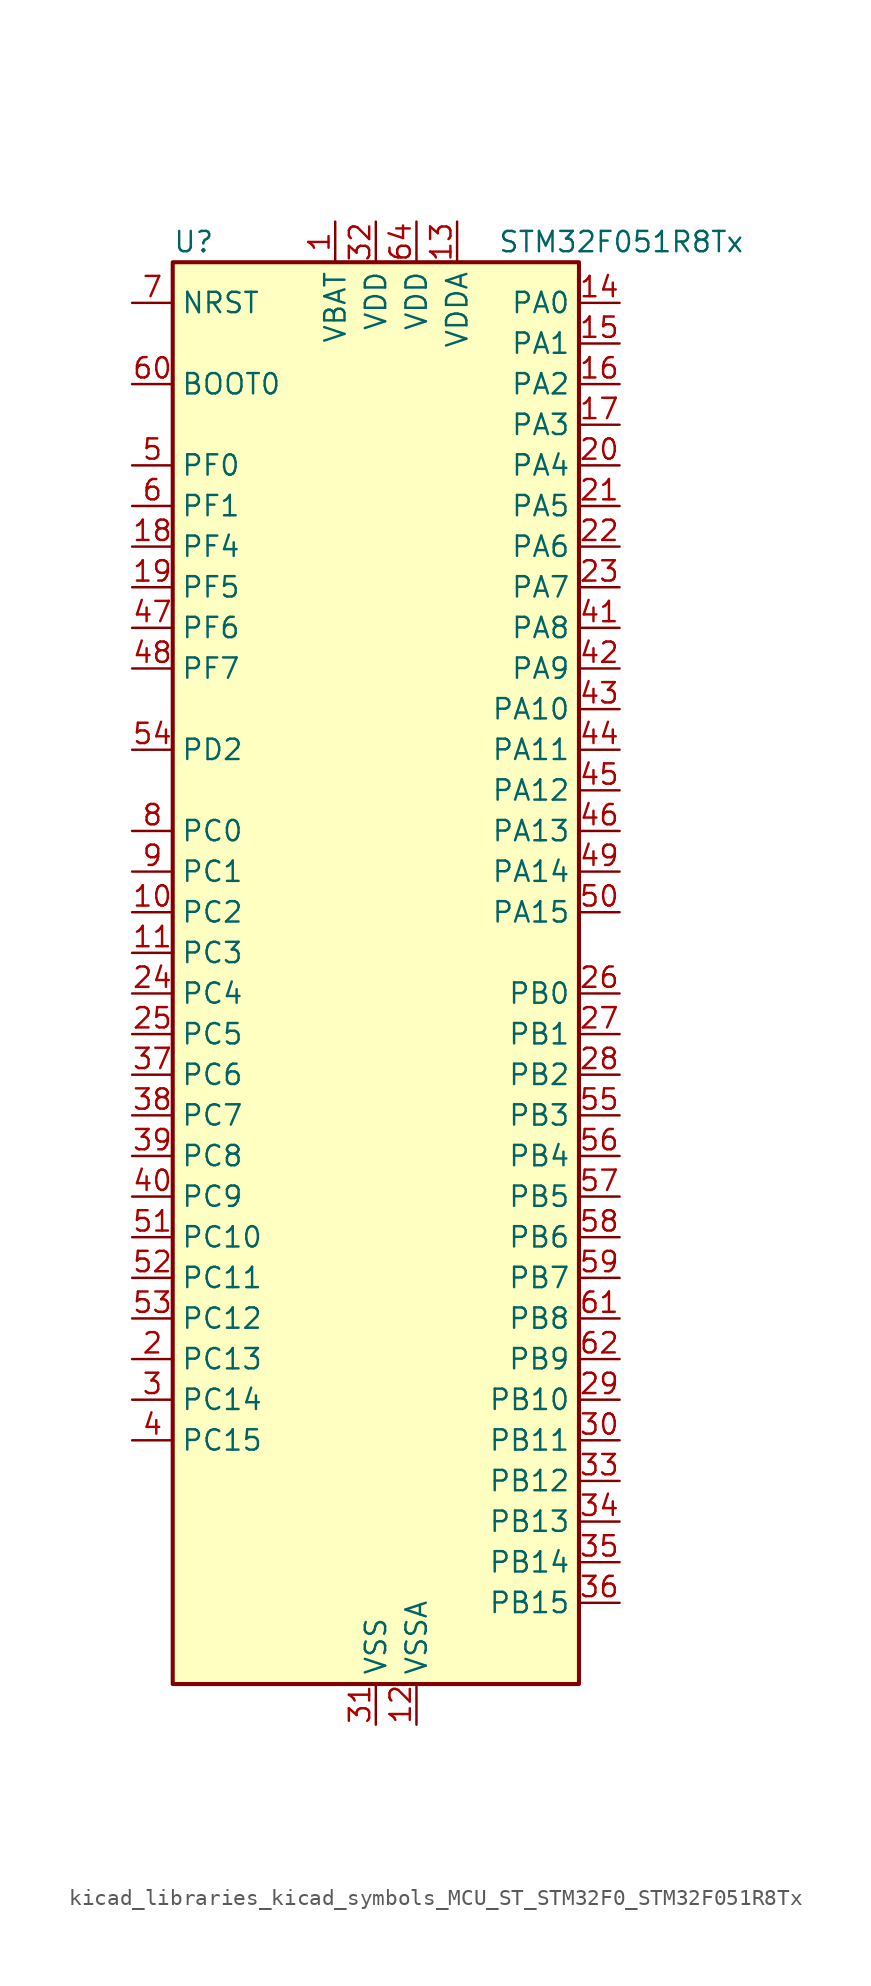
<source format=kicad_sym>
(kicad_symbol_lib
  (version 20220914)
  (generator kicad_symbol_editor)
  (symbol "kicad_libraries_kicad_symbols_MCU_ST_STM32F0_STM32F051R8Tx"
    (property "Reference" "U"
      (at -12.7 46.99 0)
      (effects (font (size 1.27 1.27)) (justify left)))
    (property "Value" "STM32F051R8Tx"
      (at 7.62 46.99 0)
      (effects (font (size 1.27 1.27)) (justify left)))
    (property "ki_locked" ""
      (at 0 0 0)
      (effects (font (size 1.27 1.27))))
    (symbol "kicad_libraries_kicad_symbols_MCU_ST_STM32F0_STM32F051R8Tx_0_1"
      (rectangle (start -12.7 -43.18) (end 12.7 45.72) (stroke (width 0.254) (type default)) (fill (type background))))
    (symbol "kicad_libraries_kicad_symbols_MCU_ST_STM32F0_STM32F051R8Tx_1_1"
      (pin power_in line (at -2.54 48.26 270) (length 2.54) (name "VBAT" (effects (font (size 1.27 1.27)))) (number "1" (effects (font (size 1.27 1.27)))))
      (pin bidirectional line (at -15.24 5.08 0) (length 2.54) (name "PC2" (effects (font (size 1.27 1.27)))) (number "10" (effects (font (size 1.27 1.27)))) (alternate "ADC_IN12" bidirectional line))
      (pin bidirectional line (at -15.24 2.54 0) (length 2.54) (name "PC3" (effects (font (size 1.27 1.27)))) (number "11" (effects (font (size 1.27 1.27)))) (alternate "ADC_IN13" bidirectional line))
      (pin power_in line (at 2.54 -45.72 90) (length 2.54) (name "VSSA" (effects (font (size 1.27 1.27)))) (number "12" (effects (font (size 1.27 1.27)))))
      (pin power_in line (at 5.08 48.26 270) (length 2.54) (name "VDDA" (effects (font (size 1.27 1.27)))) (number "13" (effects (font (size 1.27 1.27)))))
      (pin bidirectional line (at 15.24 43.18 180) (length 2.54) (name "PA0" (effects (font (size 1.27 1.27)))) (number "14" (effects (font (size 1.27 1.27)))) (alternate "ADC_IN0" bidirectional line) (alternate "COMP1_INM" bidirectional line) (alternate "COMP1_OUT" bidirectional line) (alternate "RTC_TAMP2" bidirectional line) (alternate "SYS_WKUP1" bidirectional line) (alternate "TIM2_CH1" bidirectional line) (alternate "TIM2_ETR" bidirectional line) (alternate "TSC_G1_IO1" bidirectional line) (alternate "USART2_CTS" bidirectional line))
      (pin bidirectional line (at 15.24 40.64 180) (length 2.54) (name "PA1" (effects (font (size 1.27 1.27)))) (number "15" (effects (font (size 1.27 1.27)))) (alternate "ADC_IN1" bidirectional line) (alternate "COMP1_INP" bidirectional line) (alternate "TIM2_CH2" bidirectional line) (alternate "TSC_G1_IO2" bidirectional line) (alternate "USART2_DE" bidirectional line) (alternate "USART2_RTS" bidirectional line))
      (pin bidirectional line (at 15.24 38.1 180) (length 2.54) (name "PA2" (effects (font (size 1.27 1.27)))) (number "16" (effects (font (size 1.27 1.27)))) (alternate "ADC_IN2" bidirectional line) (alternate "COMP2_INM" bidirectional line) (alternate "COMP2_OUT" bidirectional line) (alternate "TIM15_CH1" bidirectional line) (alternate "TIM2_CH3" bidirectional line) (alternate "TSC_G1_IO3" bidirectional line) (alternate "USART2_TX" bidirectional line))
      (pin bidirectional line (at 15.24 35.56 180) (length 2.54) (name "PA3" (effects (font (size 1.27 1.27)))) (number "17" (effects (font (size 1.27 1.27)))) (alternate "ADC_IN3" bidirectional line) (alternate "COMP2_INP" bidirectional line) (alternate "TIM15_CH2" bidirectional line) (alternate "TIM2_CH4" bidirectional line) (alternate "TSC_G1_IO4" bidirectional line) (alternate "USART2_RX" bidirectional line))
      (pin bidirectional line (at -15.24 27.94 0) (length 2.54) (name "PF4" (effects (font (size 1.27 1.27)))) (number "18" (effects (font (size 1.27 1.27)))))
      (pin bidirectional line (at -15.24 25.4 0) (length 2.54) (name "PF5" (effects (font (size 1.27 1.27)))) (number "19" (effects (font (size 1.27 1.27)))))
      (pin bidirectional line (at -15.24 -22.86 0) (length 2.54) (name "PC13" (effects (font (size 1.27 1.27)))) (number "2" (effects (font (size 1.27 1.27)))) (alternate "RTC_OUT_ALARM" bidirectional line) (alternate "RTC_OUT_CALIB" bidirectional line) (alternate "RTC_TAMP1" bidirectional line) (alternate "RTC_TS" bidirectional line) (alternate "SYS_WKUP2" bidirectional line))
      (pin bidirectional line (at 15.24 33.02 180) (length 2.54) (name "PA4" (effects (font (size 1.27 1.27)))) (number "20" (effects (font (size 1.27 1.27)))) (alternate "ADC_IN4" bidirectional line) (alternate "COMP1_INM" bidirectional line) (alternate "COMP2_INM" bidirectional line) (alternate "DAC1_OUT1" bidirectional line) (alternate "I2S1_WS" bidirectional line) (alternate "SPI1_NSS" bidirectional line) (alternate "TIM14_CH1" bidirectional line) (alternate "TSC_G2_IO1" bidirectional line) (alternate "USART2_CK" bidirectional line))
      (pin bidirectional line (at 15.24 30.48 180) (length 2.54) (name "PA5" (effects (font (size 1.27 1.27)))) (number "21" (effects (font (size 1.27 1.27)))) (alternate "ADC_IN5" bidirectional line) (alternate "CEC" bidirectional line) (alternate "COMP1_INM" bidirectional line) (alternate "COMP2_INM" bidirectional line) (alternate "I2S1_CK" bidirectional line) (alternate "SPI1_SCK" bidirectional line) (alternate "TIM2_CH1" bidirectional line) (alternate "TIM2_ETR" bidirectional line) (alternate "TSC_G2_IO2" bidirectional line))
      (pin bidirectional line (at 15.24 27.94 180) (length 2.54) (name "PA6" (effects (font (size 1.27 1.27)))) (number "22" (effects (font (size 1.27 1.27)))) (alternate "ADC_IN6" bidirectional line) (alternate "COMP1_OUT" bidirectional line) (alternate "I2S1_MCK" bidirectional line) (alternate "SPI1_MISO" bidirectional line) (alternate "TIM16_CH1" bidirectional line) (alternate "TIM1_BKIN" bidirectional line) (alternate "TIM3_CH1" bidirectional line) (alternate "TSC_G2_IO3" bidirectional line))
      (pin bidirectional line (at 15.24 25.4 180) (length 2.54) (name "PA7" (effects (font (size 1.27 1.27)))) (number "23" (effects (font (size 1.27 1.27)))) (alternate "ADC_IN7" bidirectional line) (alternate "COMP2_OUT" bidirectional line) (alternate "I2S1_SD" bidirectional line) (alternate "SPI1_MOSI" bidirectional line) (alternate "TIM14_CH1" bidirectional line) (alternate "TIM17_CH1" bidirectional line) (alternate "TIM1_CH1N" bidirectional line) (alternate "TIM3_CH2" bidirectional line) (alternate "TSC_G2_IO4" bidirectional line))
      (pin bidirectional line (at -15.24 0 0) (length 2.54) (name "PC4" (effects (font (size 1.27 1.27)))) (number "24" (effects (font (size 1.27 1.27)))) (alternate "ADC_IN14" bidirectional line))
      (pin bidirectional line (at -15.24 -2.54 0) (length 2.54) (name "PC5" (effects (font (size 1.27 1.27)))) (number "25" (effects (font (size 1.27 1.27)))) (alternate "ADC_IN15" bidirectional line) (alternate "TSC_G3_IO1" bidirectional line))
      (pin bidirectional line (at 15.24 0 180) (length 2.54) (name "PB0" (effects (font (size 1.27 1.27)))) (number "26" (effects (font (size 1.27 1.27)))) (alternate "ADC_IN8" bidirectional line) (alternate "TIM1_CH2N" bidirectional line) (alternate "TIM3_CH3" bidirectional line) (alternate "TSC_G3_IO2" bidirectional line))
      (pin bidirectional line (at 15.24 -2.54 180) (length 2.54) (name "PB1" (effects (font (size 1.27 1.27)))) (number "27" (effects (font (size 1.27 1.27)))) (alternate "ADC_IN9" bidirectional line) (alternate "TIM14_CH1" bidirectional line) (alternate "TIM1_CH3N" bidirectional line) (alternate "TIM3_CH4" bidirectional line) (alternate "TSC_G3_IO3" bidirectional line))
      (pin bidirectional line (at 15.24 -5.08 180) (length 2.54) (name "PB2" (effects (font (size 1.27 1.27)))) (number "28" (effects (font (size 1.27 1.27)))) (alternate "TSC_G3_IO4" bidirectional line))
      (pin bidirectional line (at 15.24 -25.4 180) (length 2.54) (name "PB10" (effects (font (size 1.27 1.27)))) (number "29" (effects (font (size 1.27 1.27)))) (alternate "CEC" bidirectional line) (alternate "I2C2_SCL" bidirectional line) (alternate "TIM2_CH3" bidirectional line) (alternate "TSC_SYNC" bidirectional line))
      (pin bidirectional line (at -15.24 -25.4 0) (length 2.54) (name "PC14" (effects (font (size 1.27 1.27)))) (number "3" (effects (font (size 1.27 1.27)))) (alternate "RCC_OSC32_IN" bidirectional line))
      (pin bidirectional line (at 15.24 -27.94 180) (length 2.54) (name "PB11" (effects (font (size 1.27 1.27)))) (number "30" (effects (font (size 1.27 1.27)))) (alternate "I2C2_SDA" bidirectional line) (alternate "TIM2_CH4" bidirectional line) (alternate "TSC_G6_IO1" bidirectional line))
      (pin power_in line (at 0 -45.72 90) (length 2.54) (name "VSS" (effects (font (size 1.27 1.27)))) (number "31" (effects (font (size 1.27 1.27)))))
      (pin power_in line (at 0 48.26 270) (length 2.54) (name "VDD" (effects (font (size 1.27 1.27)))) (number "32" (effects (font (size 1.27 1.27)))))
      (pin bidirectional line (at 15.24 -30.48 180) (length 2.54) (name "PB12" (effects (font (size 1.27 1.27)))) (number "33" (effects (font (size 1.27 1.27)))) (alternate "SPI2_NSS" bidirectional line) (alternate "TIM1_BKIN" bidirectional line) (alternate "TSC_G6_IO2" bidirectional line))
      (pin bidirectional line (at 15.24 -33.02 180) (length 2.54) (name "PB13" (effects (font (size 1.27 1.27)))) (number "34" (effects (font (size 1.27 1.27)))) (alternate "SPI2_SCK" bidirectional line) (alternate "TIM1_CH1N" bidirectional line) (alternate "TSC_G6_IO3" bidirectional line))
      (pin bidirectional line (at 15.24 -35.56 180) (length 2.54) (name "PB14" (effects (font (size 1.27 1.27)))) (number "35" (effects (font (size 1.27 1.27)))) (alternate "SPI2_MISO" bidirectional line) (alternate "TIM15_CH1" bidirectional line) (alternate "TIM1_CH2N" bidirectional line) (alternate "TSC_G6_IO4" bidirectional line))
      (pin bidirectional line (at 15.24 -38.1 180) (length 2.54) (name "PB15" (effects (font (size 1.27 1.27)))) (number "36" (effects (font (size 1.27 1.27)))) (alternate "RTC_REFIN" bidirectional line) (alternate "SPI2_MOSI" bidirectional line) (alternate "TIM15_CH1N" bidirectional line) (alternate "TIM15_CH2" bidirectional line) (alternate "TIM1_CH3N" bidirectional line))
      (pin bidirectional line (at -15.24 -5.08 0) (length 2.54) (name "PC6" (effects (font (size 1.27 1.27)))) (number "37" (effects (font (size 1.27 1.27)))) (alternate "TIM3_CH1" bidirectional line))
      (pin bidirectional line (at -15.24 -7.62 0) (length 2.54) (name "PC7" (effects (font (size 1.27 1.27)))) (number "38" (effects (font (size 1.27 1.27)))) (alternate "TIM3_CH2" bidirectional line))
      (pin bidirectional line (at -15.24 -10.16 0) (length 2.54) (name "PC8" (effects (font (size 1.27 1.27)))) (number "39" (effects (font (size 1.27 1.27)))) (alternate "TIM3_CH3" bidirectional line))
      (pin bidirectional line (at -15.24 -27.94 0) (length 2.54) (name "PC15" (effects (font (size 1.27 1.27)))) (number "4" (effects (font (size 1.27 1.27)))) (alternate "RCC_OSC32_OUT" bidirectional line))
      (pin bidirectional line (at -15.24 -12.7 0) (length 2.54) (name "PC9" (effects (font (size 1.27 1.27)))) (number "40" (effects (font (size 1.27 1.27)))) (alternate "DAC1_EXTI9" bidirectional line) (alternate "TIM3_CH4" bidirectional line))
      (pin bidirectional line (at 15.24 22.86 180) (length 2.54) (name "PA8" (effects (font (size 1.27 1.27)))) (number "41" (effects (font (size 1.27 1.27)))) (alternate "RCC_MCO" bidirectional line) (alternate "TIM1_CH1" bidirectional line) (alternate "USART1_CK" bidirectional line))
      (pin bidirectional line (at 15.24 20.32 180) (length 2.54) (name "PA9" (effects (font (size 1.27 1.27)))) (number "42" (effects (font (size 1.27 1.27)))) (alternate "DAC1_EXTI9" bidirectional line) (alternate "TIM15_BKIN" bidirectional line) (alternate "TIM1_CH2" bidirectional line) (alternate "TSC_G4_IO1" bidirectional line) (alternate "USART1_TX" bidirectional line))
      (pin bidirectional line (at 15.24 17.78 180) (length 2.54) (name "PA10" (effects (font (size 1.27 1.27)))) (number "43" (effects (font (size 1.27 1.27)))) (alternate "TIM17_BKIN" bidirectional line) (alternate "TIM1_CH3" bidirectional line) (alternate "TSC_G4_IO2" bidirectional line) (alternate "USART1_RX" bidirectional line))
      (pin bidirectional line (at 15.24 15.24 180) (length 2.54) (name "PA11" (effects (font (size 1.27 1.27)))) (number "44" (effects (font (size 1.27 1.27)))) (alternate "COMP1_OUT" bidirectional line) (alternate "TIM1_CH4" bidirectional line) (alternate "TSC_G4_IO3" bidirectional line) (alternate "USART1_CTS" bidirectional line))
      (pin bidirectional line (at 15.24 12.7 180) (length 2.54) (name "PA12" (effects (font (size 1.27 1.27)))) (number "45" (effects (font (size 1.27 1.27)))) (alternate "COMP2_OUT" bidirectional line) (alternate "TIM1_ETR" bidirectional line) (alternate "TSC_G4_IO4" bidirectional line) (alternate "USART1_DE" bidirectional line) (alternate "USART1_RTS" bidirectional line))
      (pin bidirectional line (at 15.24 10.16 180) (length 2.54) (name "PA13" (effects (font (size 1.27 1.27)))) (number "46" (effects (font (size 1.27 1.27)))) (alternate "IR_OUT" bidirectional line) (alternate "SYS_SWDIO" bidirectional line))
      (pin bidirectional line (at -15.24 22.86 0) (length 2.54) (name "PF6" (effects (font (size 1.27 1.27)))) (number "47" (effects (font (size 1.27 1.27)))) (alternate "I2C2_SCL" bidirectional line))
      (pin bidirectional line (at -15.24 20.32 0) (length 2.54) (name "PF7" (effects (font (size 1.27 1.27)))) (number "48" (effects (font (size 1.27 1.27)))) (alternate "I2C2_SDA" bidirectional line))
      (pin bidirectional line (at 15.24 7.62 180) (length 2.54) (name "PA14" (effects (font (size 1.27 1.27)))) (number "49" (effects (font (size 1.27 1.27)))) (alternate "SYS_SWCLK" bidirectional line) (alternate "USART2_TX" bidirectional line))
      (pin bidirectional line (at -15.24 33.02 0) (length 2.54) (name "PF0" (effects (font (size 1.27 1.27)))) (number "5" (effects (font (size 1.27 1.27)))) (alternate "RCC_OSC_IN" bidirectional line))
      (pin bidirectional line (at 15.24 5.08 180) (length 2.54) (name "PA15" (effects (font (size 1.27 1.27)))) (number "50" (effects (font (size 1.27 1.27)))) (alternate "I2S1_WS" bidirectional line) (alternate "SPI1_NSS" bidirectional line) (alternate "TIM2_CH1" bidirectional line) (alternate "TIM2_ETR" bidirectional line) (alternate "USART2_RX" bidirectional line))
      (pin bidirectional line (at -15.24 -15.24 0) (length 2.54) (name "PC10" (effects (font (size 1.27 1.27)))) (number "51" (effects (font (size 1.27 1.27)))))
      (pin bidirectional line (at -15.24 -17.78 0) (length 2.54) (name "PC11" (effects (font (size 1.27 1.27)))) (number "52" (effects (font (size 1.27 1.27)))))
      (pin bidirectional line (at -15.24 -20.32 0) (length 2.54) (name "PC12" (effects (font (size 1.27 1.27)))) (number "53" (effects (font (size 1.27 1.27)))))
      (pin bidirectional line (at -15.24 15.24 0) (length 2.54) (name "PD2" (effects (font (size 1.27 1.27)))) (number "54" (effects (font (size 1.27 1.27)))) (alternate "TIM3_ETR" bidirectional line))
      (pin bidirectional line (at 15.24 -7.62 180) (length 2.54) (name "PB3" (effects (font (size 1.27 1.27)))) (number "55" (effects (font (size 1.27 1.27)))) (alternate "I2S1_CK" bidirectional line) (alternate "SPI1_SCK" bidirectional line) (alternate "TIM2_CH2" bidirectional line) (alternate "TSC_G5_IO1" bidirectional line))
      (pin bidirectional line (at 15.24 -10.16 180) (length 2.54) (name "PB4" (effects (font (size 1.27 1.27)))) (number "56" (effects (font (size 1.27 1.27)))) (alternate "I2S1_MCK" bidirectional line) (alternate "SPI1_MISO" bidirectional line) (alternate "TIM3_CH1" bidirectional line) (alternate "TSC_G5_IO2" bidirectional line))
      (pin bidirectional line (at 15.24 -12.7 180) (length 2.54) (name "PB5" (effects (font (size 1.27 1.27)))) (number "57" (effects (font (size 1.27 1.27)))) (alternate "I2C1_SMBA" bidirectional line) (alternate "I2S1_SD" bidirectional line) (alternate "SPI1_MOSI" bidirectional line) (alternate "TIM16_BKIN" bidirectional line) (alternate "TIM3_CH2" bidirectional line))
      (pin bidirectional line (at 15.24 -15.24 180) (length 2.54) (name "PB6" (effects (font (size 1.27 1.27)))) (number "58" (effects (font (size 1.27 1.27)))) (alternate "I2C1_SCL" bidirectional line) (alternate "TIM16_CH1N" bidirectional line) (alternate "TSC_G5_IO3" bidirectional line) (alternate "USART1_TX" bidirectional line))
      (pin bidirectional line (at 15.24 -17.78 180) (length 2.54) (name "PB7" (effects (font (size 1.27 1.27)))) (number "59" (effects (font (size 1.27 1.27)))) (alternate "I2C1_SDA" bidirectional line) (alternate "TIM17_CH1N" bidirectional line) (alternate "TSC_G5_IO4" bidirectional line) (alternate "USART1_RX" bidirectional line))
      (pin bidirectional line (at -15.24 30.48 0) (length 2.54) (name "PF1" (effects (font (size 1.27 1.27)))) (number "6" (effects (font (size 1.27 1.27)))) (alternate "RCC_OSC_OUT" bidirectional line))
      (pin input line (at -15.24 38.1 0) (length 2.54) (name "BOOT0" (effects (font (size 1.27 1.27)))) (number "60" (effects (font (size 1.27 1.27)))))
      (pin bidirectional line (at 15.24 -20.32 180) (length 2.54) (name "PB8" (effects (font (size 1.27 1.27)))) (number "61" (effects (font (size 1.27 1.27)))) (alternate "CEC" bidirectional line) (alternate "I2C1_SCL" bidirectional line) (alternate "TIM16_CH1" bidirectional line) (alternate "TSC_SYNC" bidirectional line))
      (pin bidirectional line (at 15.24 -22.86 180) (length 2.54) (name "PB9" (effects (font (size 1.27 1.27)))) (number "62" (effects (font (size 1.27 1.27)))) (alternate "DAC1_EXTI9" bidirectional line) (alternate "I2C1_SDA" bidirectional line) (alternate "IR_OUT" bidirectional line) (alternate "TIM17_CH1" bidirectional line))
      (pin passive line (at 0 -45.72 90) (length 2.54) hide (name "VSS" (effects (font (size 1.27 1.27)))) (number "63" (effects (font (size 1.27 1.27)))))
      (pin power_in line (at 2.54 48.26 270) (length 2.54) (name "VDD" (effects (font (size 1.27 1.27)))) (number "64" (effects (font (size 1.27 1.27)))))
      (pin input line (at -15.24 43.18 0) (length 2.54) (name "NRST" (effects (font (size 1.27 1.27)))) (number "7" (effects (font (size 1.27 1.27)))))
      (pin bidirectional line (at -15.24 10.16 0) (length 2.54) (name "PC0" (effects (font (size 1.27 1.27)))) (number "8" (effects (font (size 1.27 1.27)))) (alternate "ADC_IN10" bidirectional line))
      (pin bidirectional line (at -15.24 7.62 0) (length 2.54) (name "PC1" (effects (font (size 1.27 1.27)))) (number "9" (effects (font (size 1.27 1.27)))) (alternate "ADC_IN11" bidirectional line)))))
</source>
